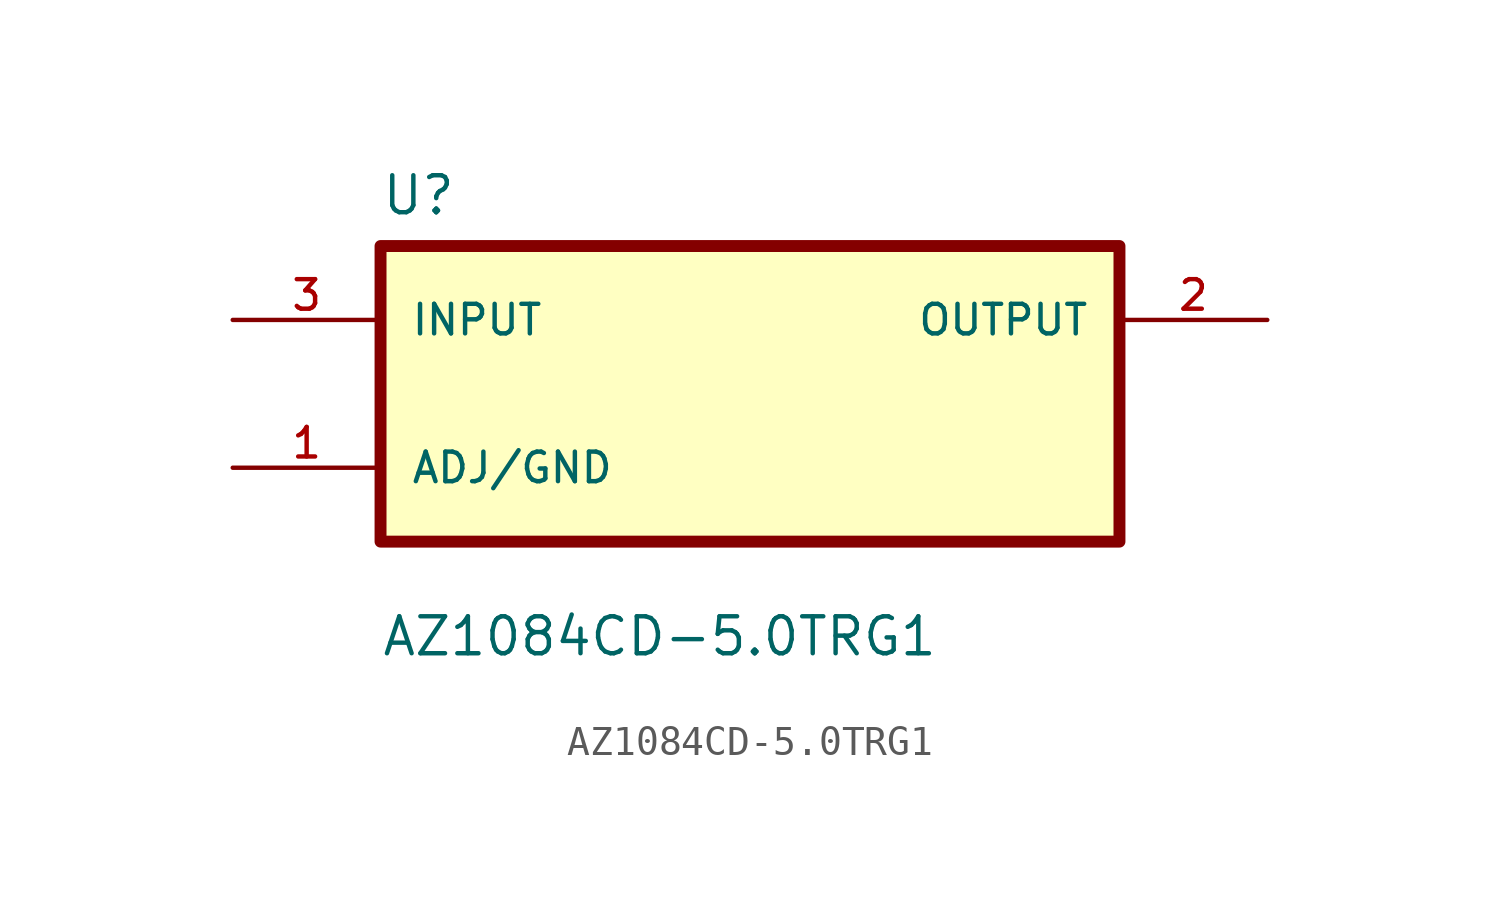
<source format=kicad_sym>
(kicad_symbol_lib
  (version 20211014)
  (generator kicad_symbol_editor)
  (symbol "AZ1084CD-5.0TRG1"
    (pin_names
      (offset 1.016))
    (property "Reference" "U"
      (at -12.7 6.08 0.0)
      (effects (font (size 1.27 1.27)) (justify bottom left)))
    (property "Value" "AZ1084CD-5.0TRG1"
      (at -12.7 -9.08 0.0)
      (effects (font (size 1.27 1.27)) (justify bottom left)))
    (symbol "AZ1084CD-5.0TRG1_0_0"
      (rectangle (start -12.7 -5.08) (end 12.7 5.08) (stroke (width 0.41)) (fill (type background)))
      (pin input line (at -17.78 2.54 0) (length 5.08) (name "INPUT" (effects (font (size 1.016 1.016)))) (number "3" (effects (font (size 1.016 1.016)))))
      (pin bidirectional line (at -17.78 -2.54 0) (length 5.08) (name "ADJ/GND" (effects (font (size 1.016 1.016)))) (number "1" (effects (font (size 1.016 1.016)))))
      (pin output line (at 17.78 2.54 180.0) (length 5.08) (name "OUTPUT" (effects (font (size 1.016 1.016)))) (number "2" (effects (font (size 1.016 1.016))))))))
</source>
